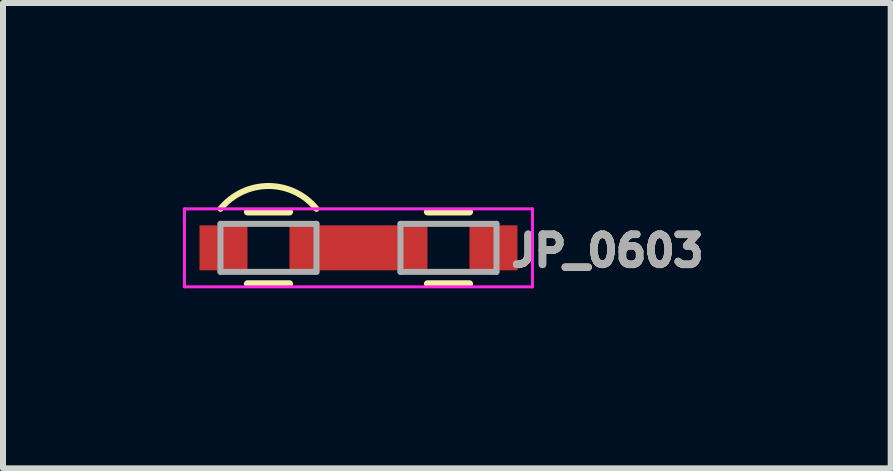
<source format=kicad_pcb>
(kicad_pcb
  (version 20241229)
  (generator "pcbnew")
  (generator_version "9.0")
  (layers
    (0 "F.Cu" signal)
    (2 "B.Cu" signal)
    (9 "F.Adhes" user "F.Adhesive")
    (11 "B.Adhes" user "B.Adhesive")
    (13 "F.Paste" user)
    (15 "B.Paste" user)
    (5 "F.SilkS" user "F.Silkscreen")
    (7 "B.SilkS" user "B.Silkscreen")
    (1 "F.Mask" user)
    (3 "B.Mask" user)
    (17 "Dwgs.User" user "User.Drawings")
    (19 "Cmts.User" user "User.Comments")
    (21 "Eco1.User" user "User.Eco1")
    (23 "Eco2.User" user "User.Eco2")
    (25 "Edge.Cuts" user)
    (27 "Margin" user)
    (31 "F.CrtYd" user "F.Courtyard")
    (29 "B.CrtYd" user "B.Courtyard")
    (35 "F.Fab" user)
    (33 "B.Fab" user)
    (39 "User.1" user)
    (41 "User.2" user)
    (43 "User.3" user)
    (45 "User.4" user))
  (footprint "JP_0603"
    (layer "F.Cu")
    (at 1.425 1.081)
    (property "Reference" "JP_0603" (at 5.65 0.05 0) (layer "F.SilkS") (effects (font (size 0.5 0.5) (thickness 0.125))))
    (attr smd)
    (fp_line (start -0.35 -0.6) (end 0.35 -0.6) (stroke (width 0.12) (type solid)) (layer "F.SilkS"))
    (fp_line (start 0.35 0.6) (end -0.35 0.6) (stroke (width 0.12) (type solid)) (layer "F.SilkS"))
    (fp_line (start 2.65 -0.6) (end 3.35 -0.6) (stroke (width 0.12) (type solid)) (layer "F.SilkS"))
    (fp_line (start 3.35 0.6) (end 2.65 0.6) (stroke (width 0.12) (type solid)) (layer "F.SilkS"))
    (fp_arc (start -0.8 -0.65) (mid -0.00011 -1.030776) (end 0.799861 -0.650171) (stroke (width 0.1) (type solid)) (layer "F.SilkS"))
    (fp_line (start -1.4 -0.65) (end -1.4 0.65) (stroke (width 0.05) (type solid)) (layer "F.CrtYd"))
    (fp_line (start -1.4 -0.65) (end 4.4 -0.65) (stroke (width 0.05) (type solid)) (layer "F.CrtYd"))
    (fp_line (start 4.4 0.65) (end -1.4 0.65) (stroke (width 0.05) (type solid)) (layer "F.CrtYd"))
    (fp_line (start 4.4 0.65) (end 4.4 -0.65) (stroke (width 0.05) (type solid)) (layer "F.CrtYd"))
    (fp_line (start -0.8 -0.4) (end 0.8 -0.4) (stroke (width 0.1) (type solid)) (layer "F.Fab"))
    (fp_line (start -0.8 0.4) (end -0.8 -0.4) (stroke (width 0.1) (type solid)) (layer "F.Fab"))
    (fp_line (start 0.8 -0.4) (end 0.8 0.4) (stroke (width 0.1) (type solid)) (layer "F.Fab"))
    (fp_line (start 0.8 0.4) (end -0.8 0.4) (stroke (width 0.1) (type solid)) (layer "F.Fab"))
    (fp_line (start 2.2 -0.4) (end 3.8 -0.4) (stroke (width 0.1) (type solid)) (layer "F.Fab"))
    (fp_line (start 2.2 0.4) (end 2.2 -0.4) (stroke (width 0.1) (type solid)) (layer "F.Fab"))
    (fp_line (start 3.8 -0.4) (end 3.8 0.4) (stroke (width 0.1) (type solid)) (layer "F.Fab"))
    (fp_line (start 3.8 0.4) (end 2.2 0.4) (stroke (width 0.1) (type solid)) (layer "F.Fab"))
    (fp_text user "${REFERENCE}" (at 5.65 0.05 0) (layer "F.Fab") (effects (font (size 0.5 0.5) (thickness 0.125))))
    (pad "1" smd rect (at -0.75 0) (size 0.8 0.75) (layers "F.Cu" "F.Mask" "F.Paste"))
    (pad "2" smd rect (at 1.5 0) (size 2.3 0.75) (layers "F.Cu" "F.Mask" "F.Paste"))
    (pad "3" smd rect (at 3.75 0) (size 0.8 0.75) (layers "F.Cu" "F.Mask" "F.Paste")))
  (gr_rect
    (start -3 -3)
    (end 11.796 4.756)
    (stroke (width 0.1) (type default))
    (fill no)
    (layer "Edge.Cuts")))
</source>
